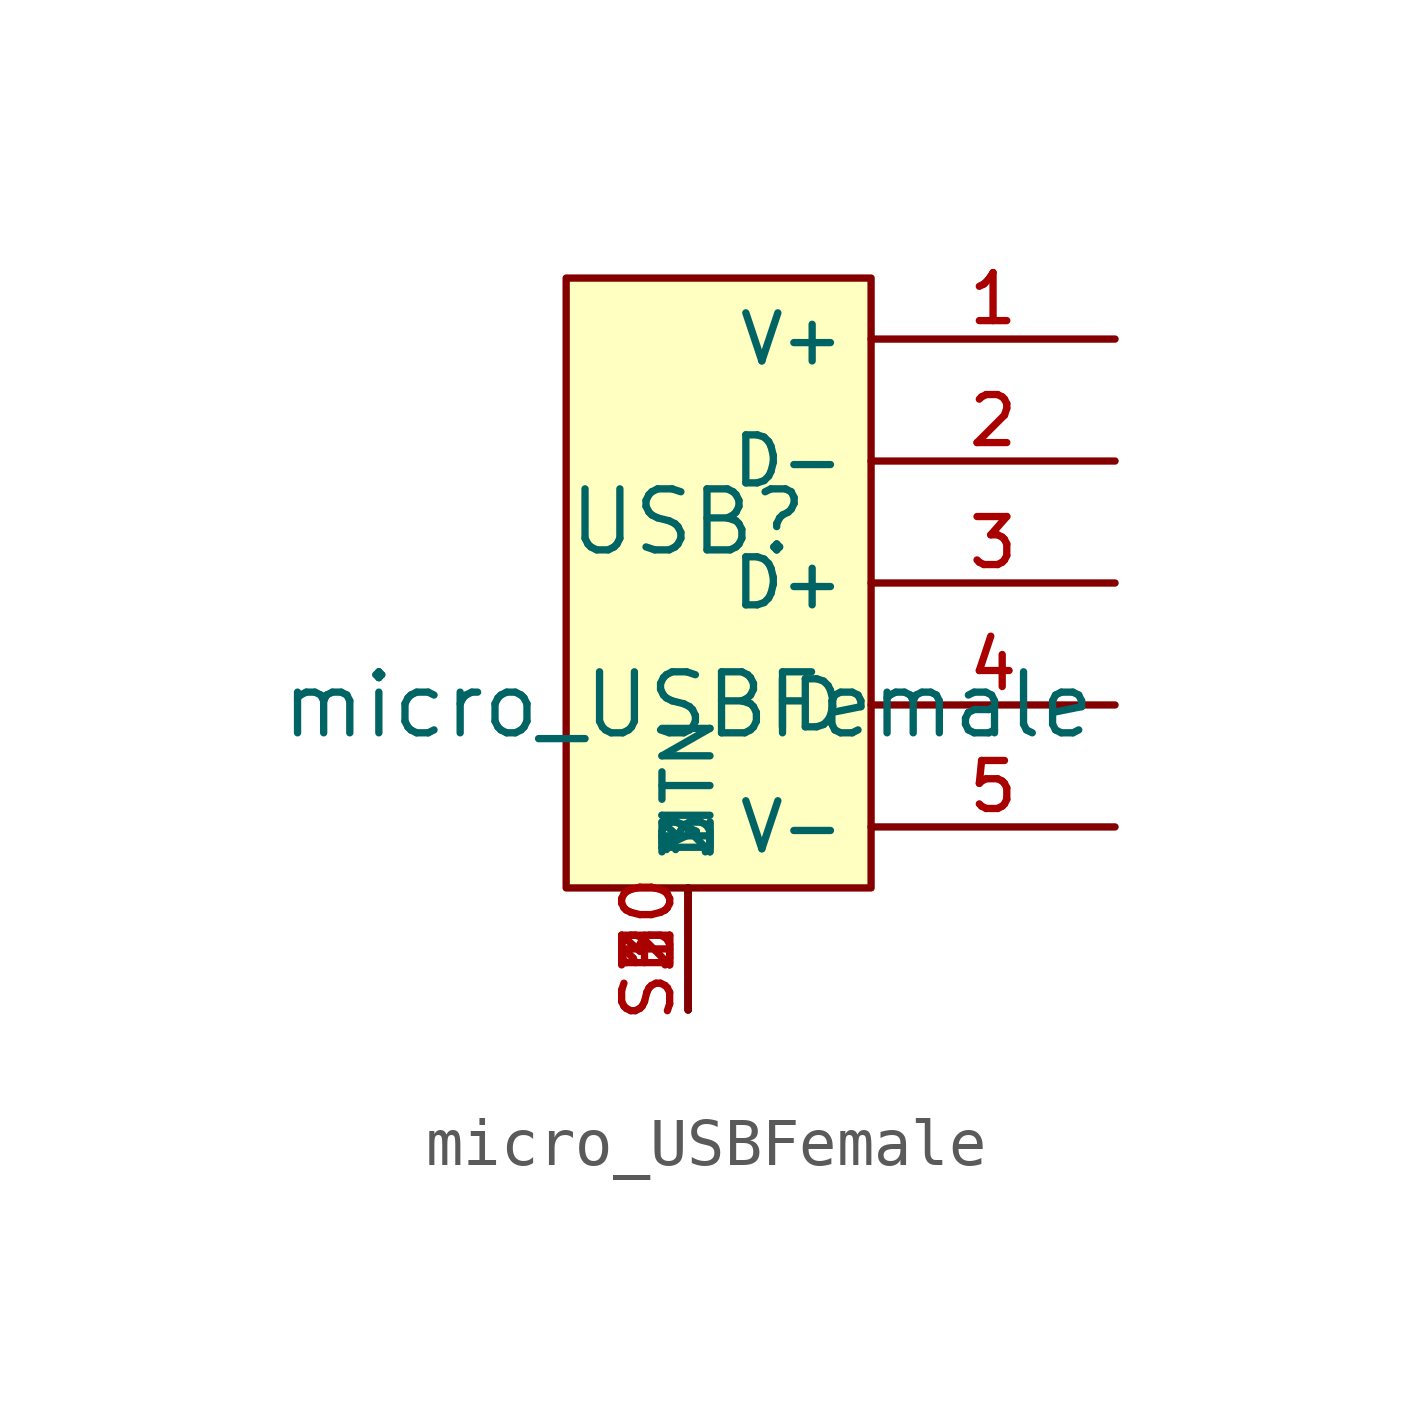
<source format=kicad_sym>
(kicad_symbol_lib
  (version 20210201)
  (generator TousstNicolas/JLC2KiCad_lib)
  (symbol "micro_USBFemale"
    (property "Reference" "USB"
      (at 0 1.27 0)
      (effects (font (size 1.27 1.27))))
    (property "Value" "micro_USBFemale"
      (at 0 -2.54 0)
      (effects (font (size 1.27 1.27))))
    (symbol "micro_USBFemale_0_1"
      (rectangle (start -2.54 6.35) (end 3.81 -6.35) (stroke (width 0) (type default) (color 0 0 0 0)) (fill (type background)))
      (pin input line (at 0.0 -8.89 90) (length 2.54) (name "MTN" (effects (font (size 1 1)))) (number "SH0" (effects (font (size 1 1)))))
      (pin unspecified line (at 8.89 5.08 180) (length 5.08) (name "V+" (effects (font (size 1 1)))) (number "1" (effects (font (size 1 1)))))
      (pin unspecified line (at 8.89 2.54 180) (length 5.08) (name "D-" (effects (font (size 1 1)))) (number "2" (effects (font (size 1 1)))))
      (pin unspecified line (at 8.89 -0.0 180) (length 5.08) (name "D+" (effects (font (size 1 1)))) (number "3" (effects (font (size 1 1)))))
      (pin unspecified line (at 8.89 -2.54 180) (length 5.08) (name "ID" (effects (font (size 1 1)))) (number "4" (effects (font (size 1 1)))))
      (pin unspecified line (at 8.89 -5.08 180) (length 5.08) (name "V-" (effects (font (size 1 1)))) (number "5" (effects (font (size 1 1)))))
      (pin unspecified line (at 0.0 -8.89 90) (length 2.54) (name "1" (effects (font (size 1 1)))) (number "1" (effects (font (size 1 1)))))
      (pin unspecified line (at 0.0 -8.89 90) (length 2.54) (name "2" (effects (font (size 1 1)))) (number "2" (effects (font (size 1 1)))))
      (pin unspecified line (at 0.0 -8.89 90) (length 2.54) (name "3" (effects (font (size 1 1)))) (number "3" (effects (font (size 1 1))))))))
</source>
